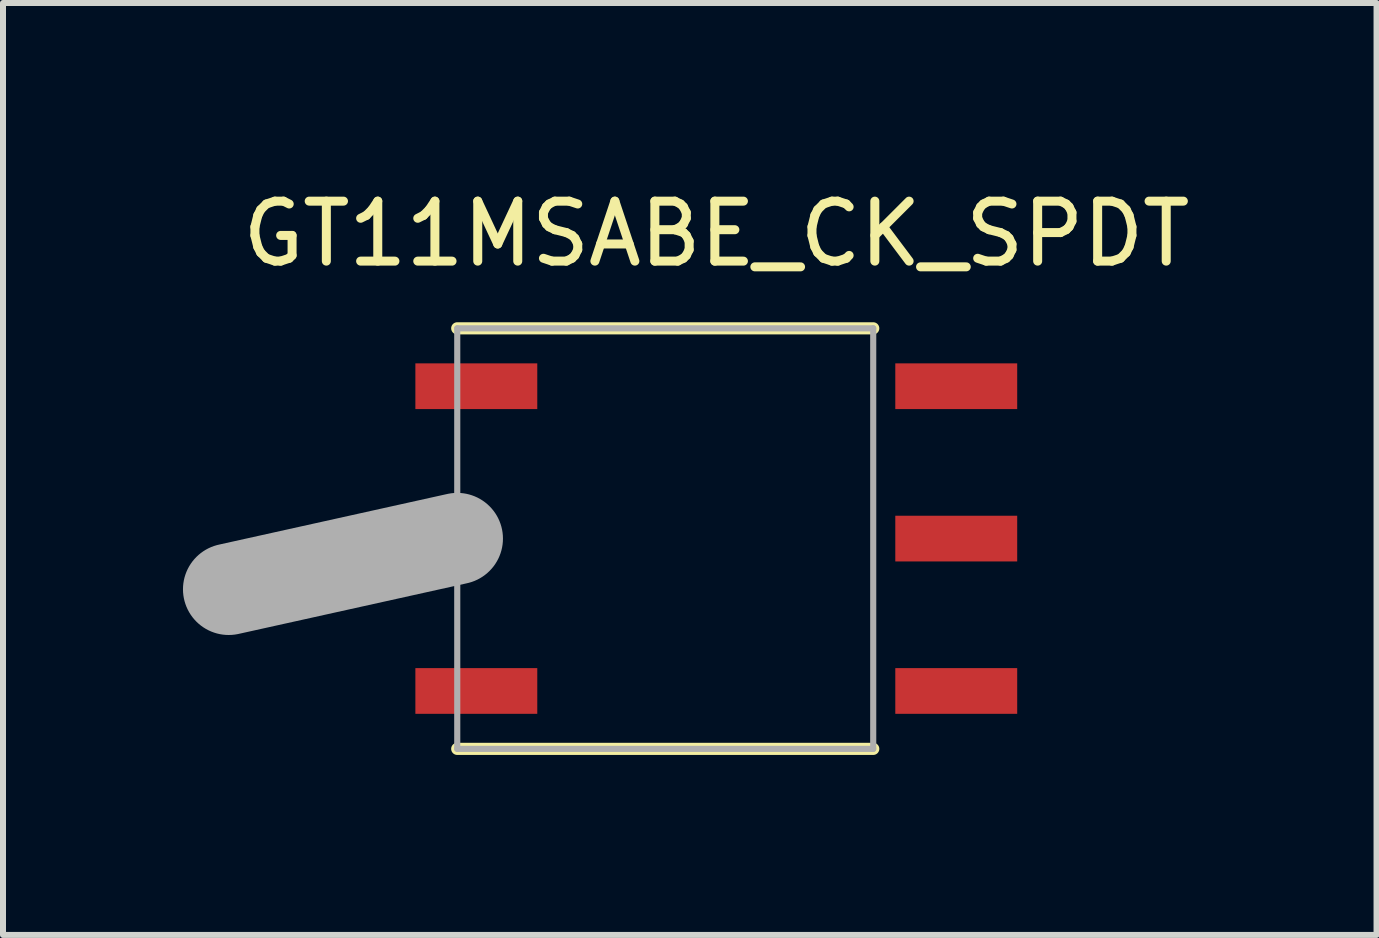
<source format=kicad_pcb>
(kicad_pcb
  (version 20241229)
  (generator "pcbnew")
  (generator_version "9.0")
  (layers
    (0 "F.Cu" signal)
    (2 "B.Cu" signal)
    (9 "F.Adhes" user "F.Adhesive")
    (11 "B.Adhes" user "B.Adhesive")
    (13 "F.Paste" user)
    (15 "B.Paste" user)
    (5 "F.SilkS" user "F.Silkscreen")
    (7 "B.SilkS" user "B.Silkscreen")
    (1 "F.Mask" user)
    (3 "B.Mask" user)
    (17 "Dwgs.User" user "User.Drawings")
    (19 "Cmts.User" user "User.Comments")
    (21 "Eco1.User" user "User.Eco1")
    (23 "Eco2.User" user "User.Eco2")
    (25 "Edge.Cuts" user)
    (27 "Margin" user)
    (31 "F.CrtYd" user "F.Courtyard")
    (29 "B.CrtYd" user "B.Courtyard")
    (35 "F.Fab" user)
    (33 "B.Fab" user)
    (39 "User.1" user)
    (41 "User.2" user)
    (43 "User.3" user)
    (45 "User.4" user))
  (footprint "GT11MSABE_CK_SPDT"
    (layer "F.Cu")
    (at 8.89 5.928)
    (property "Reference" "GT11MSABE_CK_SPDT" (at 0 -5.08 0) (layer "F.SilkS") (effects (font (size 1 1) (thickness 0.15))))
    (attr through_hole)
    (fp_line (start -4.318 -3.505) (end 2.616 -3.505) (stroke (width 0.203) (type solid)) (layer "F.SilkS"))
    (fp_line (start -4.318 3.505) (end 2.616 3.505) (stroke (width 0.203) (type solid)) (layer "F.SilkS"))
    (fp_line (start -4.318 -3.505) (end -4.318 3.505) (stroke (width 0.102) (type solid)) (layer "F.Fab"))
    (fp_line (start -4.318 -3.505) (end 2.616 -3.505) (stroke (width 0.102) (type solid)) (layer "F.Fab"))
    (fp_line (start -4.318 0) (end -8.128 0.845) (stroke (width 1.524) (type solid)) (layer "F.Fab"))
    (fp_line (start -4.318 3.505) (end 2.616 3.505) (stroke (width 0.102) (type solid)) (layer "F.Fab"))
    (fp_line (start 2.616 -3.505) (end 2.616 3.505) (stroke (width 0.102) (type solid)) (layer "F.Fab"))
    (pad "" smd rect (at -4 -2.54) (size 2.032 0.762) (layers "F.Cu" "F.Mask" "F.Paste"))
    (pad "" smd rect (at -4 2.54) (size 2.032 0.762) (layers "F.Cu" "F.Mask" "F.Paste"))
    (pad "1" smd rect (at 4 2.54) (size 2.032 0.762) (layers "F.Cu" "F.Mask" "F.Paste"))
    (pad "2" smd rect (at 4 0) (size 2.032 0.762) (layers "F.Cu" "F.Mask" "F.Paste"))
    (pad "3" smd rect (at 4 -2.54) (size 2.032 0.762) (layers "F.Cu" "F.Mask" "F.Paste")))
  (gr_rect
    (start -3 -3)
    (end 19.896 12.535)
    (stroke (width 0.1) (type default))
    (fill no)
    (layer "Edge.Cuts")))
</source>
